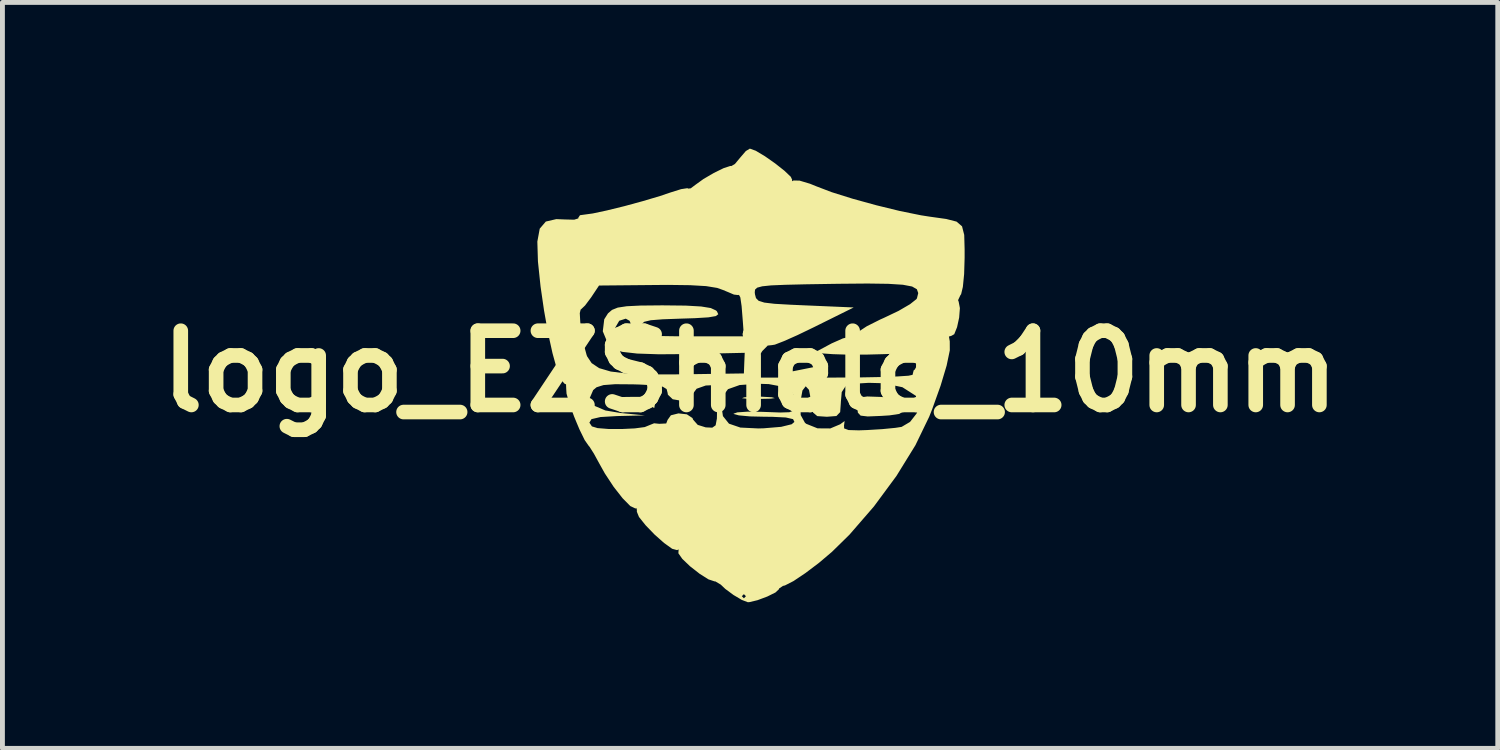
<source format=kicad_pcb>
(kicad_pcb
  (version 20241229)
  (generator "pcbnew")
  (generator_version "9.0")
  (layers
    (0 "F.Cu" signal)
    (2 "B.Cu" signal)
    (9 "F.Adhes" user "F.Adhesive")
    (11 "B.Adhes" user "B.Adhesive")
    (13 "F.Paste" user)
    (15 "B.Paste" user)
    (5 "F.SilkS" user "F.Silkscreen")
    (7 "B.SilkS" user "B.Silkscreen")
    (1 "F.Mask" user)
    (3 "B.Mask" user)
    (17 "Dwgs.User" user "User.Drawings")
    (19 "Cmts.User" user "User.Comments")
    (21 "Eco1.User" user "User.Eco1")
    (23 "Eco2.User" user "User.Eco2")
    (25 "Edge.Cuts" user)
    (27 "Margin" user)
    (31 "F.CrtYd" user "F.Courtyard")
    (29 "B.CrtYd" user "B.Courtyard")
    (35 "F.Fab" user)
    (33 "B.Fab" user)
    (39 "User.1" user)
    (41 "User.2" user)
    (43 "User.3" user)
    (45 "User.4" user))
  (footprint "logo_EZShield_10mm"
    (layer "F.Cu")
    (at 12.344 4.572)
    (property "Reference" "logo_EZShield_10mm" (at 0 0 0) (layer "F.SilkS") (effects (font (size 1.524 1.524) (thickness 0.3))))
    (attr board_only exclude_from_pos_files exclude_from_bom)
    (fp_poly (pts (xy 0.445 0.531) (xy 0.508 0.548) (xy 0.422 0.56) (xy 0.204 0.565) (xy 0.169 0.566) (xy -0.063 0.561) (xy -0.167 0.55) (xy -0.122 0.534) (xy -0.106 0.531) (xy 0.191 0.517)) (stroke (width 0) (type solid)) (fill yes) (layer "F.SilkS"))
    (fp_poly (pts (xy -2.028 0.544) (xy -1.955 0.596) (xy -1.947 0.635) (xy -1.966 0.751) (xy -2.043 0.716) (xy -2.079 0.682) (xy -2.203 0.632) (xy -2.436 0.59) (xy -2.625 0.571) (xy -2.864 0.554) (xy -2.957 0.543) (xy -2.899 0.536) (xy -2.682 0.528) (xy -2.519 0.524) (xy -2.206 0.522)) (stroke (width 0) (type solid)) (fill yes) (layer "F.SilkS"))
    (fp_poly (pts (xy 2.671 0.524) (xy 2.688 0.525) (xy 2.966 0.547) (xy 3.113 0.587) (xy 3.169 0.659) (xy 3.175 0.72) (xy 3.153 0.817) (xy 3.061 0.873) (xy 2.861 0.903) (xy 2.688 0.914) (xy 2.414 0.925) (xy 2.269 0.908) (xy 2.212 0.847) (xy 2.201 0.727) (xy 2.201 0.72) (xy 2.21 0.596) (xy 2.265 0.534) (xy 2.405 0.515)) (stroke (width 0) (type solid)) (fill yes) (layer "F.SilkS"))
    (fp_poly (pts (xy 0.117 -4.528) (xy 0.304 -4.416) (xy 0.515 -4.268) (xy 0.706 -4.117) (xy 0.836 -3.993) (xy 0.863 -3.933) (xy 0.861 -3.902) (xy 0.893 -3.918) (xy 1.016 -3.915) (xy 1.23 -3.851) (xy 1.358 -3.799) (xy 1.675 -3.678) (xy 2.103 -3.544) (xy 2.589 -3.41) (xy 3.076 -3.291) (xy 3.51 -3.203) (xy 3.683 -3.176) (xy 4.025 -3.128) (xy 4.237 -3.074) (xy 4.35 -2.977) (xy 4.395 -2.801) (xy 4.403 -2.508) (xy 4.403 -2.328) (xy 4.393 -1.997) (xy 4.367 -1.734) (xy 4.331 -1.583) (xy 4.317 -1.565) (xy 4.269 -1.462) (xy 4.281 -1.43) (xy 4.306 -1.299) (xy 4.291 -1.105) (xy 4.248 -0.907) (xy 4.19 -0.763) (xy 4.132 -0.73) (xy 4.081 -0.715) (xy 4.098 -0.618) (xy 4.099 -0.432) (xy 4.034 -0.12) (xy 3.91 0.294) (xy 3.735 0.782) (xy 3.676 0.931) (xy 3.393 1.516) (xy 3.004 2.146) (xy 2.541 2.773) (xy 2.04 3.351) (xy 1.68 3.704) (xy 1.412 3.931) (xy 1.135 4.14) (xy 0.89 4.304) (xy 0.716 4.393) (xy 0.674 4.403) (xy 0.594 4.457) (xy 0.593 4.47) (xy 0.522 4.537) (xy 0.353 4.621) (xy 0.152 4.696) (xy -0.017 4.736) (xy -0.048 4.737) (xy -0.17 4.69) (xy -0.298 4.614) (xy -0.169 4.614) (xy -0.127 4.657) (xy -0.085 4.614) (xy -0.127 4.572) (xy -0.169 4.614) (xy -0.298 4.614) (xy -0.339 4.59) (xy -0.508 4.465) (xy -0.602 4.376) (xy -0.713 4.31) (xy -0.729 4.31) (xy -0.855 4.268) (xy -1.038 4.152) (xy -1.232 4) (xy -1.391 3.848) (xy -1.471 3.734) (xy -1.47 3.706) (xy -1.466 3.654) (xy -1.499 3.668) (xy -1.599 3.641) (xy -1.765 3.522) (xy -1.961 3.348) (xy -2.145 3.157) (xy -2.28 2.988) (xy -2.325 2.878) (xy -2.322 2.868) (xy -2.328 2.81) (xy -2.355 2.813) (xy -2.458 2.764) (xy -2.616 2.604) (xy -2.8 2.369) (xy -2.981 2.094) (xy -3.09 1.899) (xy -3.206 1.687) (xy -3.295 1.547) (xy -3.315 1.524) (xy -3.395 1.409) (xy -3.501 1.192) (xy -3.56 1.052) (xy -3.298 1.052) (xy -3.246 1.129) (xy -3.13 1.164) (xy -2.907 1.182) (xy -2.634 1.183) (xy -2.366 1.17) (xy -2.162 1.143) (xy -2.079 1.109) (xy -1.97 1.065) (xy -1.863 1.076) (xy -1.721 1.069) (xy -1.693 0.996) (xy -1.625 0.901) (xy -1.47 0.862) (xy -1.298 0.881) (xy -1.182 0.958) (xy -1.169 0.991) (xy -1.074 1.098) (xy -0.91 1.149) (xy -0.776 1.155) (xy -0.707 1.107) (xy -0.681 0.968) (xy -0.677 0.72) (xy -0.678 0.674) (xy -0.593 0.674) (xy -0.557 0.918) (xy -0.433 1.073) (xy -0.199 1.153) (xy 0.169 1.171) (xy 0.278 1.168) (xy 0.638 1.138) (xy 0.854 1.085) (xy 0.91 1.037) (xy 0.882 0.98) (xy 0.734 0.946) (xy 0.448 0.932) (xy 0.303 0.931) (xy -0.002 0.924) (xy -0.229 0.903) (xy -0.336 0.874) (xy -0.339 0.868) (xy -0.261 0.841) (xy -0.056 0.827) (xy 0.236 0.83) (xy 0.296 0.832) (xy 0.619 0.844) (xy 0.808 0.838) (xy 0.9 0.803) (xy 0.929 0.728) (xy 0.931 0.645) (xy 0.928 0.632) (xy 1.031 0.632) (xy 1.039 0.897) (xy 1.126 1.054) (xy 1.153 1.076) (xy 1.385 1.169) (xy 1.646 1.171) (xy 1.853 1.084) (xy 1.858 1.079) (xy 1.94 1.019) (xy 1.931 1.092) (xy 1.928 1.101) (xy 1.93 1.17) (xy 2.021 1.204) (xy 2.231 1.21) (xy 2.402 1.204) (xy 2.714 1.185) (xy 2.981 1.159) (xy 3.11 1.139) (xy 3.283 1.037) (xy 3.416 0.867) (xy 3.488 0.688) (xy 3.46 0.571) (xy 3.397 0.498) (xy 3.126 0.325) (xy 2.739 0.243) (xy 2.434 0.235) (xy 2.129 0.254) (xy 1.957 0.308) (xy 1.881 0.425) (xy 1.863 0.629) (xy 1.863 0.64) (xy 1.849 0.836) (xy 1.772 0.916) (xy 1.581 0.931) (xy 1.571 0.931) (xy 1.379 0.918) (xy 1.292 0.844) (xy 1.258 0.659) (xy 1.254 0.614) (xy 1.209 0.379) (xy 1.142 0.306) (xy 1.075 0.392) (xy 1.031 0.632) (xy 0.928 0.632) (xy 0.876 0.445) (xy 0.698 0.32) (xy 0.384 0.261) (xy 0.169 0.254) (xy -0.213 0.28) (xy -0.453 0.365) (xy -0.571 0.521) (xy -0.593 0.674) (xy -0.678 0.674) (xy -0.682 0.458) (xy -0.71 0.326) (xy -0.783 0.284) (xy -0.91 0.29) (xy -1.097 0.356) (xy -1.17 0.454) (xy -1.259 0.562) (xy -1.421 0.601) (xy -1.588 0.572) (xy -1.687 0.478) (xy -1.693 0.439) (xy -1.713 0.363) (xy -1.793 0.314) (xy -1.966 0.286) (xy -2.264 0.27) (xy -2.399 0.266) (xy -2.77 0.263) (xy -3.008 0.281) (xy -3.151 0.326) (xy -3.22 0.384) (xy -3.296 0.559) (xy -3.21 0.7) (xy -2.97 0.802) (xy -2.658 0.854) (xy -2.159 0.903) (xy -2.731 0.917) (xy -3.07 0.937) (xy -3.255 0.98) (xy -3.298 1.052) (xy -3.56 1.052) (xy -3.612 0.926) (xy -3.708 0.663) (xy -3.767 0.456) (xy -3.773 0.364) (xy -3.777 0.266) (xy -3.806 0.254) (xy -3.879 0.175) (xy -3.964 -0.044) (xy -4.055 -0.374) (xy -4.146 -0.786) (xy -4.219 -1.196) (xy -3.495 -1.196) (xy -3.485 -1.012) (xy -3.452 -0.771) (xy -3.407 -0.528) (xy -3.355 -0.337) (xy -3.344 -0.308) (xy -3.252 -0.17) (xy -3.098 -0.067) (xy -2.86 0.003) (xy -2.518 0.045) (xy -2.048 0.063) (xy -1.439 0.061) (xy -0.127 0.042) (xy -0.119 -0.169) (xy -0.11 -0.381) (xy -1.296 -0.355) (xy -1.873 -0.351) (xy -2.318 -0.366) (xy -2.617 -0.4) (xy -2.718 -0.427) (xy -2.926 -0.589) (xy -3.023 -0.823) (xy -3.013 -0.903) (xy -2.764 -0.903) (xy -2.744 -0.75) (xy -2.629 -0.685) (xy -2.495 -0.731) (xy -2.416 -0.856) (xy -2.413 -0.889) (xy -2.473 -1.038) (xy -2.551 -1.082) (xy -2.685 -1.039) (xy -2.764 -0.903) (xy -3.013 -0.903) (xy -2.993 -1.069) (xy -2.916 -1.191) (xy -2.833 -1.262) (xy -2.716 -1.309) (xy -2.532 -1.337) (xy -2.248 -1.351) (xy -1.831 -1.355) (xy -1.775 -1.355) (xy -1.319 -1.35) (xy -1.005 -1.332) (xy -0.807 -1.3) (xy -0.699 -1.25) (xy -0.68 -1.231) (xy -0.653 -1.173) (xy -0.703 -1.135) (xy -0.854 -1.109) (xy -1.132 -1.092) (xy -1.41 -1.083) (xy -1.793 -1.069) (xy -2.036 -1.05) (xy -2.172 -1.018) (xy -2.231 -0.967) (xy -2.244 -0.889) (xy -2.234 -0.819) (xy -2.187 -0.771) (xy -2.074 -0.742) (xy -1.869 -0.726) (xy -1.544 -0.721) (xy -1.185 -0.72) (xy -0.127 -0.72) (xy -0.148 -1.016) (xy -0.174 -1.34) (xy -0.2 -1.518) (xy -0.229 -1.572) (xy -0.241 -1.566) (xy -0.331 -1.576) (xy -0.441 -1.623) (xy 0.096 -1.623) (xy 0.1 -1.584) (xy 0.121 -1.504) (xy 0.175 -1.449) (xy 0.292 -1.412) (xy 0.501 -1.387) (xy 0.831 -1.368) (xy 1.127 -1.355) (xy 2.127 -1.312) (xy 1.308 -0.906) (xy 0.972 -0.744) (xy 0.695 -0.621) (xy 0.509 -0.549) (xy 0.449 -0.539) (xy 0.362 -0.53) (xy 0.25 -0.417) (xy 0.15 -0.254) (xy 0.102 -0.094) (xy 0.102 -0.064) (xy 0.118 0.127) (xy 1.744 0.127) (xy 2.245 0.124) (xy 2.68 0.116) (xy 3.023 0.104) (xy 3.25 0.089) (xy 3.335 0.071) (xy 3.335 0.069) (xy 3.357 -0.02) (xy 3.38 -0.038) (xy 3.444 -0.155) (xy 3.45 -0.234) (xy 3.425 -0.307) (xy 3.341 -0.348) (xy 3.165 -0.363) (xy 2.863 -0.358) (xy 2.753 -0.354) (xy 2.369 -0.344) (xy 1.996 -0.344) (xy 1.711 -0.353) (xy 1.69 -0.354) (xy 1.312 -0.381) (xy 1.675 -0.575) (xy 1.905 -0.677) (xy 2.082 -0.718) (xy 2.133 -0.71) (xy 2.188 -0.703) (xy 2.174 -0.738) (xy 2.22 -0.811) (xy 2.395 -0.926) (xy 2.672 -1.065) (xy 2.748 -1.099) (xy 3.048 -1.242) (xy 3.283 -1.379) (xy 3.414 -1.483) (xy 3.425 -1.501) (xy 3.451 -1.607) (xy 3.423 -1.686) (xy 3.325 -1.742) (xy 3.136 -1.778) (xy 2.837 -1.797) (xy 2.412 -1.803) (xy 1.839 -1.798) (xy 1.695 -1.796) (xy 1.135 -1.787) (xy 0.721 -1.777) (xy 0.433 -1.765) (xy 0.249 -1.746) (xy 0.145 -1.718) (xy 0.102 -1.678) (xy 0.096 -1.623) (xy -0.441 -1.623) (xy -0.504 -1.649) (xy -0.521 -1.658) (xy -0.675 -1.713) (xy -0.902 -1.75) (xy -1.229 -1.769) (xy -1.684 -1.775) (xy -1.934 -1.773) (xy -3.1 -1.762) (xy -3.264 -1.516) (xy -3.387 -1.352) (xy -3.471 -1.272) (xy -3.477 -1.27) (xy -3.495 -1.196) (xy -4.219 -1.196) (xy -4.229 -1.252) (xy -4.3 -1.742) (xy -4.351 -2.229) (xy -4.354 -2.259) (xy -4.366 -2.664) (xy -4.317 -2.929) (xy -4.192 -3.075) (xy -3.977 -3.125) (xy -3.803 -3.118) (xy -3.611 -3.113) (xy -3.524 -3.14) (xy -3.526 -3.152) (xy -3.491 -3.205) (xy -3.405 -3.217) (xy -3.229 -3.241) (xy -2.939 -3.303) (xy -2.58 -3.391) (xy -2.202 -3.494) (xy -1.849 -3.599) (xy -1.63 -3.673) (xy -1.416 -3.74) (xy -1.287 -3.76) (xy -1.27 -3.751) (xy -1.218 -3.757) (xy -1.122 -3.829) (xy -0.957 -3.948) (xy -0.745 -4.072) (xy -0.543 -4.171) (xy -0.405 -4.216) (xy -0.384 -4.214) (xy -0.311 -4.257) (xy -0.208 -4.381) (xy -0.087 -4.522) (xy -0.004 -4.572)) (stroke (width 0) (type solid)) (fill yes) (layer "F.SilkS")))
  (gr_rect
    (start -3 -3)
    (end 27.689 12.309)
    (stroke (width 0.1) (type default))
    (fill no)
    (layer "Edge.Cuts")))
</source>
